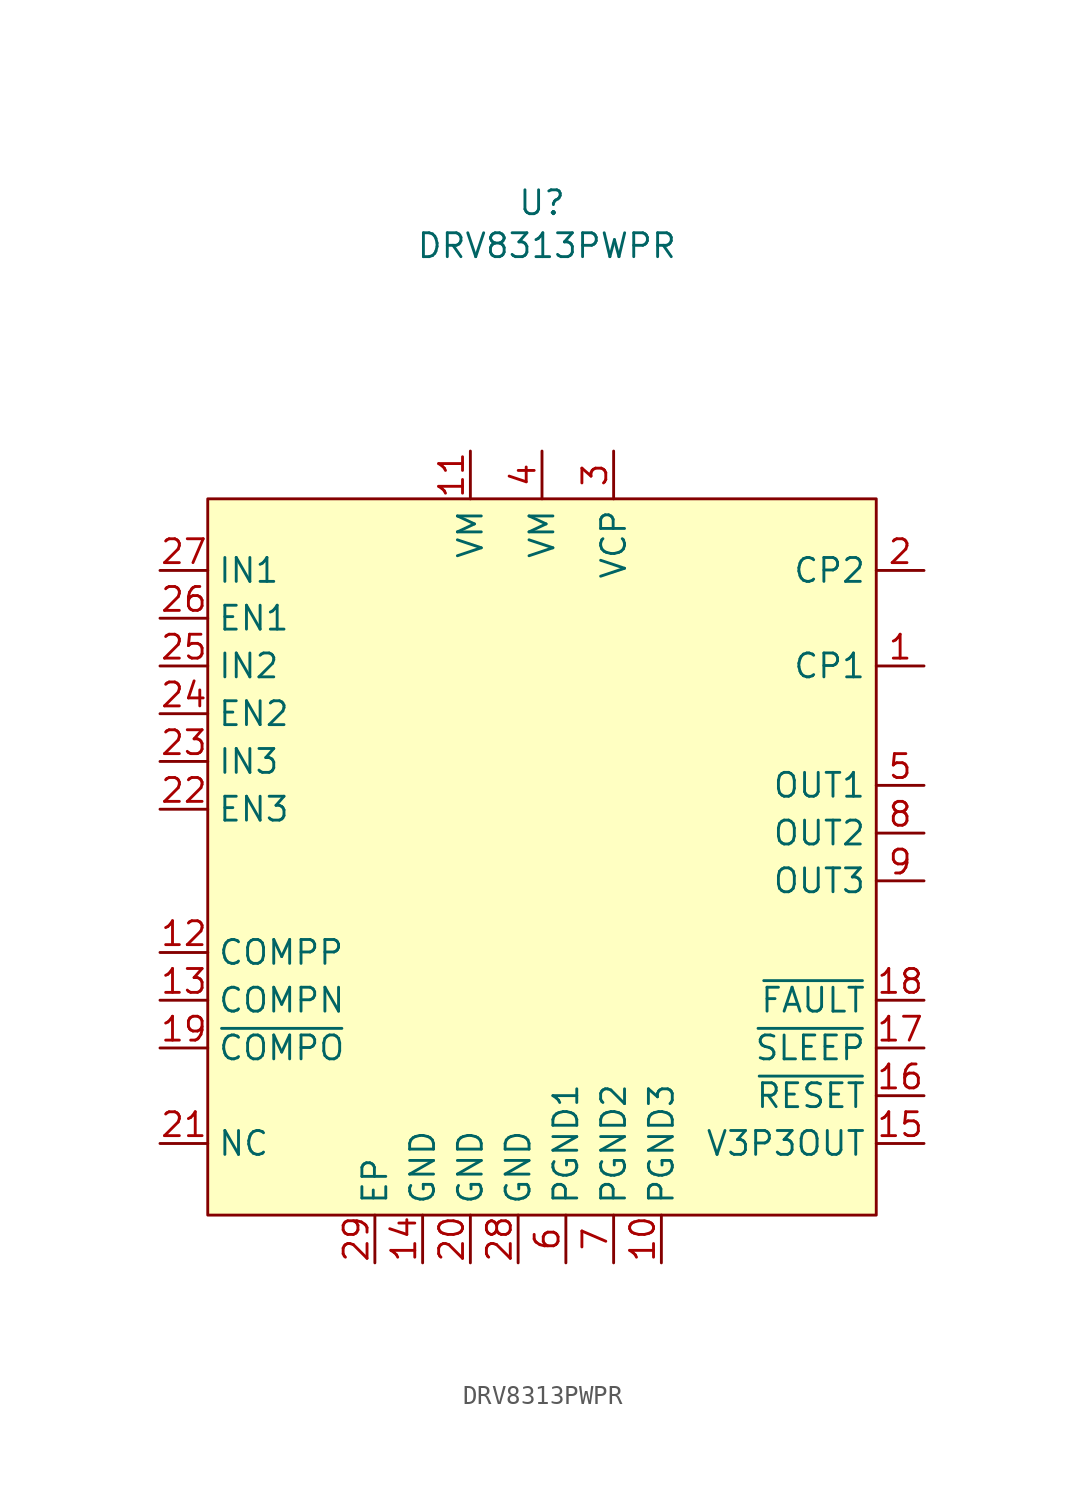
<source format=kicad_sym>
(kicad_symbol_lib
  (version 20241209)
  (generator "kicad_symbol_editor")
  (generator_version "9.0")
  (symbol "DRV8313PWPR"
    (property "Reference" "U"
      (at 0 34.798 0)
      (effects (font (size 1.27 1.27))))
    (property "Value" "DRV8313PWPR"
      (at 0.254 32.512 0)
      (effects (font (size 1.27 1.27))))
    (symbol "DRV8313PWPR_0_1"
      (rectangle (start -17.78 19.05) (end 17.78 -19.05) (stroke (width 0) (type default)) (fill (type background)))
      (pin unspecified line (at -20.32 15.24 0) (length 2.54) (name "IN1" (effects (font (size 1.27 1.27)))) (number "27" (effects (font (size 1.27 1.27)))))
      (pin unspecified line (at -20.32 12.7 0) (length 2.54) (name "EN1" (effects (font (size 1.27 1.27)))) (number "26" (effects (font (size 1.27 1.27)))))
      (pin unspecified line (at -20.32 10.16 0) (length 2.54) (name "IN2" (effects (font (size 1.27 1.27)))) (number "25" (effects (font (size 1.27 1.27)))))
      (pin unspecified line (at -20.32 7.62 0) (length 2.54) (name "EN2" (effects (font (size 1.27 1.27)))) (number "24" (effects (font (size 1.27 1.27)))))
      (pin unspecified line (at -20.32 5.08 0) (length 2.54) (name "IN3" (effects (font (size 1.27 1.27)))) (number "23" (effects (font (size 1.27 1.27)))))
      (pin unspecified line (at -20.32 2.54 0) (length 2.54) (name "EN3" (effects (font (size 1.27 1.27)))) (number "22" (effects (font (size 1.27 1.27)))))
      (pin unspecified line (at -20.32 -5.08 0) (length 2.54) (name "COMPP" (effects (font (size 1.27 1.27)))) (number "12" (effects (font (size 1.27 1.27)))))
      (pin unspecified line (at -20.32 -7.62 0) (length 2.54) (name "COMPN" (effects (font (size 1.27 1.27)))) (number "13" (effects (font (size 1.27 1.27)))))
      (pin unspecified line (at -20.32 -10.16 0) (length 2.54) (name "~{COMPO}" (effects (font (size 1.27 1.27)))) (number "19" (effects (font (size 1.27 1.27)))))
      (pin unspecified line (at -20.32 -15.24 0) (length 2.54) (name "NC" (effects (font (size 1.27 1.27)))) (number "21" (effects (font (size 1.27 1.27)))))
      (pin unspecified line (at -8.89 -21.59 90) (length 2.54) (name "EP" (effects (font (size 1.27 1.27)))) (number "29" (effects (font (size 1.27 1.27)))))
      (pin unspecified line (at -6.35 -21.59 90) (length 2.54) (name "GND" (effects (font (size 1.27 1.27)))) (number "14" (effects (font (size 1.27 1.27)))))
      (pin unspecified line (at -3.81 21.59 270) (length 2.54) (name "VM" (effects (font (size 1.27 1.27)))) (number "11" (effects (font (size 1.27 1.27)))))
      (pin unspecified line (at -3.81 -21.59 90) (length 2.54) (name "GND" (effects (font (size 1.27 1.27)))) (number "20" (effects (font (size 1.27 1.27)))))
      (pin unspecified line (at -1.27 -21.59 90) (length 2.54) (name "GND" (effects (font (size 1.27 1.27)))) (number "28" (effects (font (size 1.27 1.27)))))
      (pin unspecified line (at 0 21.59 270) (length 2.54) (name "VM" (effects (font (size 1.27 1.27)))) (number "4" (effects (font (size 1.27 1.27)))))
      (pin unspecified line (at 1.27 -21.59 90) (length 2.54) (name "PGND1" (effects (font (size 1.27 1.27)))) (number "6" (effects (font (size 1.27 1.27)))))
      (pin unspecified line (at 3.81 21.59 270) (length 2.54) (name "VCP" (effects (font (size 1.27 1.27)))) (number "3" (effects (font (size 1.27 1.27)))))
      (pin unspecified line (at 3.81 -21.59 90) (length 2.54) (name "PGND2" (effects (font (size 1.27 1.27)))) (number "7" (effects (font (size 1.27 1.27)))))
      (pin unspecified line (at 6.35 -21.59 90) (length 2.54) (name "PGND3" (effects (font (size 1.27 1.27)))) (number "10" (effects (font (size 1.27 1.27)))))
      (pin unspecified line (at 20.32 15.24 180) (length 2.54) (name "CP2" (effects (font (size 1.27 1.27)))) (number "2" (effects (font (size 1.27 1.27)))))
      (pin unspecified line (at 20.32 10.16 180) (length 2.54) (name "CP1" (effects (font (size 1.27 1.27)))) (number "1" (effects (font (size 1.27 1.27)))))
      (pin unspecified line (at 20.32 3.81 180) (length 2.54) (name "OUT1" (effects (font (size 1.27 1.27)))) (number "5" (effects (font (size 1.27 1.27)))))
      (pin unspecified line (at 20.32 1.27 180) (length 2.54) (name "OUT2" (effects (font (size 1.27 1.27)))) (number "8" (effects (font (size 1.27 1.27)))))
      (pin unspecified line (at 20.32 -1.27 180) (length 2.54) (name "OUT3" (effects (font (size 1.27 1.27)))) (number "9" (effects (font (size 1.27 1.27)))))
      (pin unspecified line (at 20.32 -7.62 180) (length 2.54) (name "~{FAULT}" (effects (font (size 1.27 1.27)))) (number "18" (effects (font (size 1.27 1.27)))))
      (pin unspecified line (at 20.32 -10.16 180) (length 2.54) (name "~{SLEEP}" (effects (font (size 1.27 1.27)))) (number "17" (effects (font (size 1.27 1.27)))))
      (pin unspecified line (at 20.32 -12.7 180) (length 2.54) (name "~{RESET}" (effects (font (size 1.27 1.27)))) (number "16" (effects (font (size 1.27 1.27)))))
      (pin unspecified line (at 20.32 -15.24 180) (length 2.54) (name "V3P3OUT" (effects (font (size 1.27 1.27)))) (number "15" (effects (font (size 1.27 1.27))))))))
</source>
